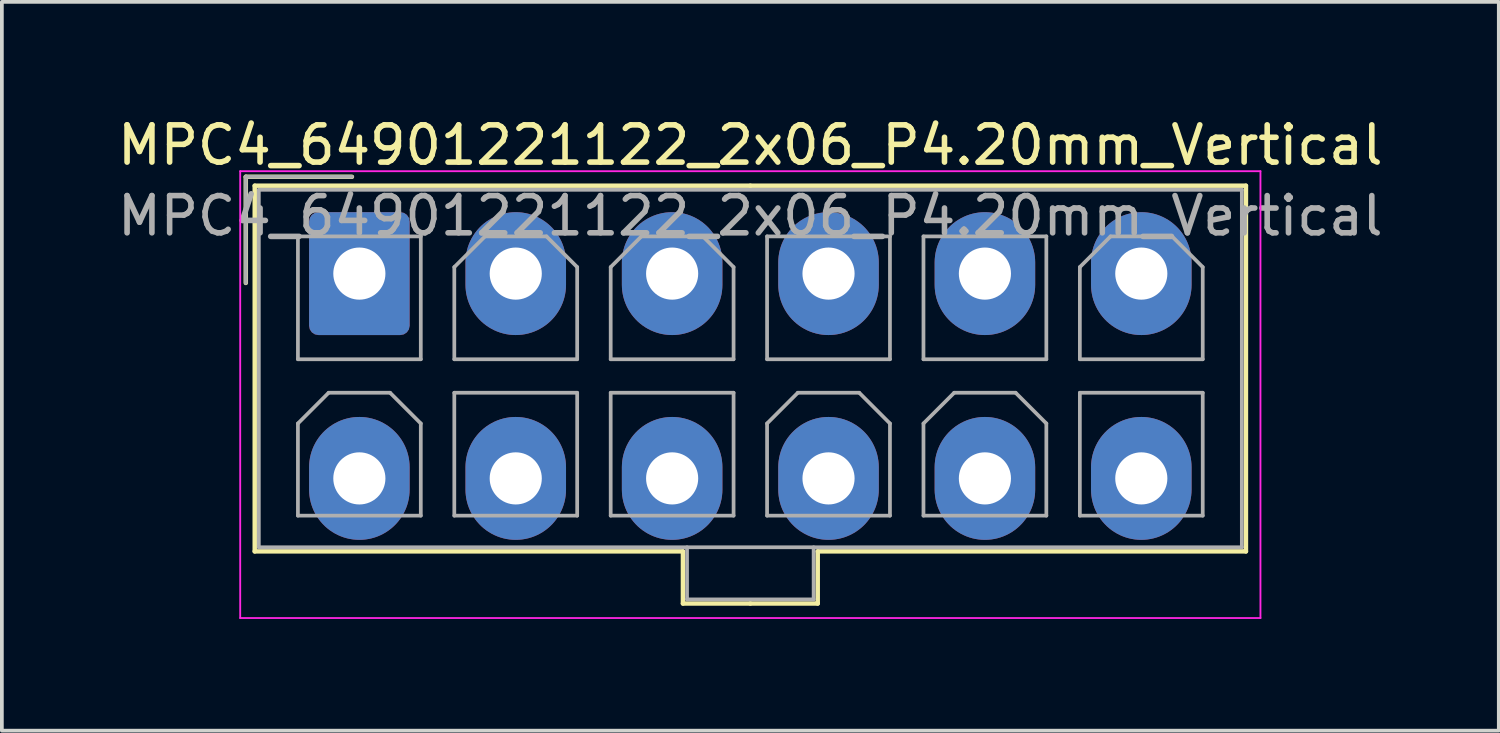
<source format=kicad_pcb>
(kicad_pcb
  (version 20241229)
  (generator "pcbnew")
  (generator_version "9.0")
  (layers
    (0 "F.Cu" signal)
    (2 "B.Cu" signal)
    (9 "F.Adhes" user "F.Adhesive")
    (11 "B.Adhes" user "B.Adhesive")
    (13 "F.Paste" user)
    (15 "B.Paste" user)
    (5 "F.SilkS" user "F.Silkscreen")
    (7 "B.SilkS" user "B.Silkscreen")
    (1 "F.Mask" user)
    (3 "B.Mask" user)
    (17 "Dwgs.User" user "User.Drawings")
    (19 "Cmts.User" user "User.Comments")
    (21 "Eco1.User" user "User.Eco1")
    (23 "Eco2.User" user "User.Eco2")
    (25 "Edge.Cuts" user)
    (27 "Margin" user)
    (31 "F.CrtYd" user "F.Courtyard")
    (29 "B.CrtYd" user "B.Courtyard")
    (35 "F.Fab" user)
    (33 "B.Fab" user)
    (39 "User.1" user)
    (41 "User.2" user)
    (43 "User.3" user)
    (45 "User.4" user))
  (footprint "MPC4_64901221122_2x06_P4.20mm_Vertical"
    (layer "F.Cu")
    (at 6.601 4.298)
    (property "Reference" "MPC4_64901221122_2x06_P4.20mm_Vertical" (at 10.5 -3.45 0) (layer "F.SilkS") (effects (font (size 1 1) (thickness 0.15))))
    (attr through_hole)
    (fp_line (start -3.05 -2.6) (end -3.05 0.25) (stroke (width 0.12) (type solid)) (layer "F.SilkS"))
    (fp_line (start -2.81 -2.36) (end -2.81 7.46) (stroke (width 0.12) (type solid)) (layer "F.SilkS"))
    (fp_line (start -2.81 7.46) (end 8.69 7.46) (stroke (width 0.12) (type solid)) (layer "F.SilkS"))
    (fp_line (start -0.2 -2.6) (end -3.05 -2.6) (stroke (width 0.12) (type solid)) (layer "F.SilkS"))
    (fp_line (start 8.69 7.46) (end 8.69 8.86) (stroke (width 0.12) (type solid)) (layer "F.SilkS"))
    (fp_line (start 8.69 8.86) (end 10.5 8.86) (stroke (width 0.12) (type solid)) (layer "F.SilkS"))
    (fp_line (start 10.5 -2.36) (end -2.81 -2.36) (stroke (width 0.12) (type solid)) (layer "F.SilkS"))
    (fp_line (start 10.5 -2.36) (end 23.81 -2.36) (stroke (width 0.12) (type solid)) (layer "F.SilkS"))
    (fp_line (start 12.31 7.46) (end 12.31 8.86) (stroke (width 0.12) (type solid)) (layer "F.SilkS"))
    (fp_line (start 12.31 8.86) (end 10.5 8.86) (stroke (width 0.12) (type solid)) (layer "F.SilkS"))
    (fp_line (start 23.81 -2.36) (end 23.81 7.46) (stroke (width 0.12) (type solid)) (layer "F.SilkS"))
    (fp_line (start 23.81 7.46) (end 12.31 7.46) (stroke (width 0.12) (type solid)) (layer "F.SilkS"))
    (fp_line (start -3.2 -2.75) (end -3.2 9.25) (stroke (width 0.05) (type solid)) (layer "F.CrtYd"))
    (fp_line (start -3.2 9.25) (end 24.2 9.25) (stroke (width 0.05) (type solid)) (layer "F.CrtYd"))
    (fp_line (start 24.2 -2.75) (end -3.2 -2.75) (stroke (width 0.05) (type solid)) (layer "F.CrtYd"))
    (fp_line (start 24.2 9.25) (end 24.2 -2.75) (stroke (width 0.05) (type solid)) (layer "F.CrtYd"))
    (fp_line (start -3.05 -2.6) (end -3.05 0.25) (stroke (width 0.1) (type solid)) (layer "F.Fab"))
    (fp_line (start -2.7 -2.25) (end -2.7 7.35) (stroke (width 0.1) (type solid)) (layer "F.Fab"))
    (fp_line (start -2.7 7.35) (end 23.7 7.35) (stroke (width 0.1) (type solid)) (layer "F.Fab"))
    (fp_line (start -1.65 -1) (end -1.65 2.3) (stroke (width 0.1) (type solid)) (layer "F.Fab"))
    (fp_line (start -1.65 2.3) (end 1.65 2.3) (stroke (width 0.1) (type solid)) (layer "F.Fab"))
    (fp_line (start -1.65 4.025) (end -0.825 3.2) (stroke (width 0.1) (type solid)) (layer "F.Fab"))
    (fp_line (start -1.65 6.5) (end -1.65 4.025) (stroke (width 0.1) (type solid)) (layer "F.Fab"))
    (fp_line (start -0.825 3.2) (end 0.825 3.2) (stroke (width 0.1) (type solid)) (layer "F.Fab"))
    (fp_line (start -0.2 -2.6) (end -3.05 -2.6) (stroke (width 0.1) (type solid)) (layer "F.Fab"))
    (fp_line (start 0.825 3.2) (end 1.65 4.025) (stroke (width 0.1) (type solid)) (layer "F.Fab"))
    (fp_line (start 1.65 -1) (end -1.65 -1) (stroke (width 0.1) (type solid)) (layer "F.Fab"))
    (fp_line (start 1.65 2.3) (end 1.65 -1) (stroke (width 0.1) (type solid)) (layer "F.Fab"))
    (fp_line (start 1.65 4.025) (end 1.65 6.5) (stroke (width 0.1) (type solid)) (layer "F.Fab"))
    (fp_line (start 1.65 6.5) (end -1.65 6.5) (stroke (width 0.1) (type solid)) (layer "F.Fab"))
    (fp_line (start 2.55 -0.175) (end 3.375 -1) (stroke (width 0.1) (type solid)) (layer "F.Fab"))
    (fp_line (start 2.55 2.3) (end 2.55 -0.175) (stroke (width 0.1) (type solid)) (layer "F.Fab"))
    (fp_line (start 2.55 3.2) (end 2.55 6.5) (stroke (width 0.1) (type solid)) (layer "F.Fab"))
    (fp_line (start 2.55 6.5) (end 5.85 6.5) (stroke (width 0.1) (type solid)) (layer "F.Fab"))
    (fp_line (start 3.375 -1) (end 5.025 -1) (stroke (width 0.1) (type solid)) (layer "F.Fab"))
    (fp_line (start 5.025 -1) (end 5.85 -0.175) (stroke (width 0.1) (type solid)) (layer "F.Fab"))
    (fp_line (start 5.85 -0.175) (end 5.85 2.3) (stroke (width 0.1) (type solid)) (layer "F.Fab"))
    (fp_line (start 5.85 2.3) (end 2.55 2.3) (stroke (width 0.1) (type solid)) (layer "F.Fab"))
    (fp_line (start 5.85 3.2) (end 2.55 3.2) (stroke (width 0.1) (type solid)) (layer "F.Fab"))
    (fp_line (start 5.85 6.5) (end 5.85 3.2) (stroke (width 0.1) (type solid)) (layer "F.Fab"))
    (fp_line (start 6.75 -0.175) (end 7.575 -1) (stroke (width 0.1) (type solid)) (layer "F.Fab"))
    (fp_line (start 6.75 2.3) (end 6.75 -0.175) (stroke (width 0.1) (type solid)) (layer "F.Fab"))
    (fp_line (start 6.75 3.2) (end 6.75 6.5) (stroke (width 0.1) (type solid)) (layer "F.Fab"))
    (fp_line (start 6.75 6.5) (end 10.05 6.5) (stroke (width 0.1) (type solid)) (layer "F.Fab"))
    (fp_line (start 7.575 -1) (end 9.225 -1) (stroke (width 0.1) (type solid)) (layer "F.Fab"))
    (fp_line (start 8.8 7.35) (end 8.8 8.75) (stroke (width 0.1) (type solid)) (layer "F.Fab"))
    (fp_line (start 8.8 8.75) (end 12.2 8.75) (stroke (width 0.1) (type solid)) (layer "F.Fab"))
    (fp_line (start 9.225 -1) (end 10.05 -0.175) (stroke (width 0.1) (type solid)) (layer "F.Fab"))
    (fp_line (start 10.05 -0.175) (end 10.05 2.3) (stroke (width 0.1) (type solid)) (layer "F.Fab"))
    (fp_line (start 10.05 2.3) (end 6.75 2.3) (stroke (width 0.1) (type solid)) (layer "F.Fab"))
    (fp_line (start 10.05 3.2) (end 6.75 3.2) (stroke (width 0.1) (type solid)) (layer "F.Fab"))
    (fp_line (start 10.05 6.5) (end 10.05 3.2) (stroke (width 0.1) (type solid)) (layer "F.Fab"))
    (fp_line (start 10.95 -1) (end 10.95 2.3) (stroke (width 0.1) (type solid)) (layer "F.Fab"))
    (fp_line (start 10.95 2.3) (end 14.25 2.3) (stroke (width 0.1) (type solid)) (layer "F.Fab"))
    (fp_line (start 10.95 4.025) (end 11.775 3.2) (stroke (width 0.1) (type solid)) (layer "F.Fab"))
    (fp_line (start 10.95 6.5) (end 10.95 4.025) (stroke (width 0.1) (type solid)) (layer "F.Fab"))
    (fp_line (start 11.775 3.2) (end 13.425 3.2) (stroke (width 0.1) (type solid)) (layer "F.Fab"))
    (fp_line (start 12.2 8.75) (end 12.2 7.35) (stroke (width 0.1) (type solid)) (layer "F.Fab"))
    (fp_line (start 13.425 3.2) (end 14.25 4.025) (stroke (width 0.1) (type solid)) (layer "F.Fab"))
    (fp_line (start 14.25 -1) (end 10.95 -1) (stroke (width 0.1) (type solid)) (layer "F.Fab"))
    (fp_line (start 14.25 2.3) (end 14.25 -1) (stroke (width 0.1) (type solid)) (layer "F.Fab"))
    (fp_line (start 14.25 4.025) (end 14.25 6.5) (stroke (width 0.1) (type solid)) (layer "F.Fab"))
    (fp_line (start 14.25 6.5) (end 10.95 6.5) (stroke (width 0.1) (type solid)) (layer "F.Fab"))
    (fp_line (start 15.15 -1) (end 15.15 2.3) (stroke (width 0.1) (type solid)) (layer "F.Fab"))
    (fp_line (start 15.15 2.3) (end 18.45 2.3) (stroke (width 0.1) (type solid)) (layer "F.Fab"))
    (fp_line (start 15.15 4.025) (end 15.975 3.2) (stroke (width 0.1) (type solid)) (layer "F.Fab"))
    (fp_line (start 15.15 6.5) (end 15.15 4.025) (stroke (width 0.1) (type solid)) (layer "F.Fab"))
    (fp_line (start 15.975 3.2) (end 17.625 3.2) (stroke (width 0.1) (type solid)) (layer "F.Fab"))
    (fp_line (start 17.625 3.2) (end 18.45 4.025) (stroke (width 0.1) (type solid)) (layer "F.Fab"))
    (fp_line (start 18.45 -1) (end 15.15 -1) (stroke (width 0.1) (type solid)) (layer "F.Fab"))
    (fp_line (start 18.45 2.3) (end 18.45 -1) (stroke (width 0.1) (type solid)) (layer "F.Fab"))
    (fp_line (start 18.45 4.025) (end 18.45 6.5) (stroke (width 0.1) (type solid)) (layer "F.Fab"))
    (fp_line (start 18.45 6.5) (end 15.15 6.5) (stroke (width 0.1) (type solid)) (layer "F.Fab"))
    (fp_line (start 19.35 -0.175) (end 20.175 -1) (stroke (width 0.1) (type solid)) (layer "F.Fab"))
    (fp_line (start 19.35 2.3) (end 19.35 -0.175) (stroke (width 0.1) (type solid)) (layer "F.Fab"))
    (fp_line (start 19.35 3.2) (end 19.35 6.5) (stroke (width 0.1) (type solid)) (layer "F.Fab"))
    (fp_line (start 19.35 6.5) (end 22.65 6.5) (stroke (width 0.1) (type solid)) (layer "F.Fab"))
    (fp_line (start 20.175 -1) (end 21.825 -1) (stroke (width 0.1) (type solid)) (layer "F.Fab"))
    (fp_line (start 21.825 -1) (end 22.65 -0.175) (stroke (width 0.1) (type solid)) (layer "F.Fab"))
    (fp_line (start 22.65 -0.175) (end 22.65 2.3) (stroke (width 0.1) (type solid)) (layer "F.Fab"))
    (fp_line (start 22.65 2.3) (end 19.35 2.3) (stroke (width 0.1) (type solid)) (layer "F.Fab"))
    (fp_line (start 22.65 3.2) (end 19.35 3.2) (stroke (width 0.1) (type solid)) (layer "F.Fab"))
    (fp_line (start 22.65 6.5) (end 22.65 3.2) (stroke (width 0.1) (type solid)) (layer "F.Fab"))
    (fp_line (start 23.7 -2.25) (end -2.7 -2.25) (stroke (width 0.1) (type solid)) (layer "F.Fab"))
    (fp_line (start 23.7 7.35) (end 23.7 -2.25) (stroke (width 0.1) (type solid)) (layer "F.Fab"))
    (fp_text user "${REFERENCE}" (at 10.5 -1.55 0) (layer "F.Fab") (effects (font (size 1 1) (thickness 0.15))))
    (pad "1" thru_hole roundrect (at 0 0) (size 2.7 3.3) (drill 1.4) (layers "*.Cu" "*.Mask") (roundrect_rratio 0.093))
    (pad "2" thru_hole oval (at 4.2 0) (size 2.7 3.3) (drill 1.4) (layers "*.Cu" "*.Mask"))
    (pad "3" thru_hole oval (at 8.4 0) (size 2.7 3.3) (drill 1.4) (layers "*.Cu" "*.Mask"))
    (pad "4" thru_hole oval (at 12.6 0) (size 2.7 3.3) (drill 1.4) (layers "*.Cu" "*.Mask"))
    (pad "5" thru_hole oval (at 16.8 0) (size 2.7 3.3) (drill 1.4) (layers "*.Cu" "*.Mask"))
    (pad "6" thru_hole oval (at 21 0) (size 2.7 3.3) (drill 1.4) (layers "*.Cu" "*.Mask"))
    (pad "7" thru_hole oval (at 0 5.5) (size 2.7 3.3) (drill 1.4) (layers "*.Cu" "*.Mask"))
    (pad "8" thru_hole oval (at 4.2 5.5) (size 2.7 3.3) (drill 1.4) (layers "*.Cu" "*.Mask"))
    (pad "9" thru_hole oval (at 8.4 5.5) (size 2.7 3.3) (drill 1.4) (layers "*.Cu" "*.Mask"))
    (pad "10" thru_hole oval (at 12.6 5.5) (size 2.7 3.3) (drill 1.4) (layers "*.Cu" "*.Mask"))
    (pad "11" thru_hole oval (at 16.8 5.5) (size 2.7 3.3) (drill 1.4) (layers "*.Cu" "*.Mask"))
    (pad "12" thru_hole oval (at 21 5.5) (size 2.7 3.3) (drill 1.4) (layers "*.Cu" "*.Mask")))
  (gr_rect
    (start -3 -3)
    (end 37.202 16.573)
    (stroke (width 0.1) (type default))
    (fill no)
    (layer "Edge.Cuts")))
</source>
